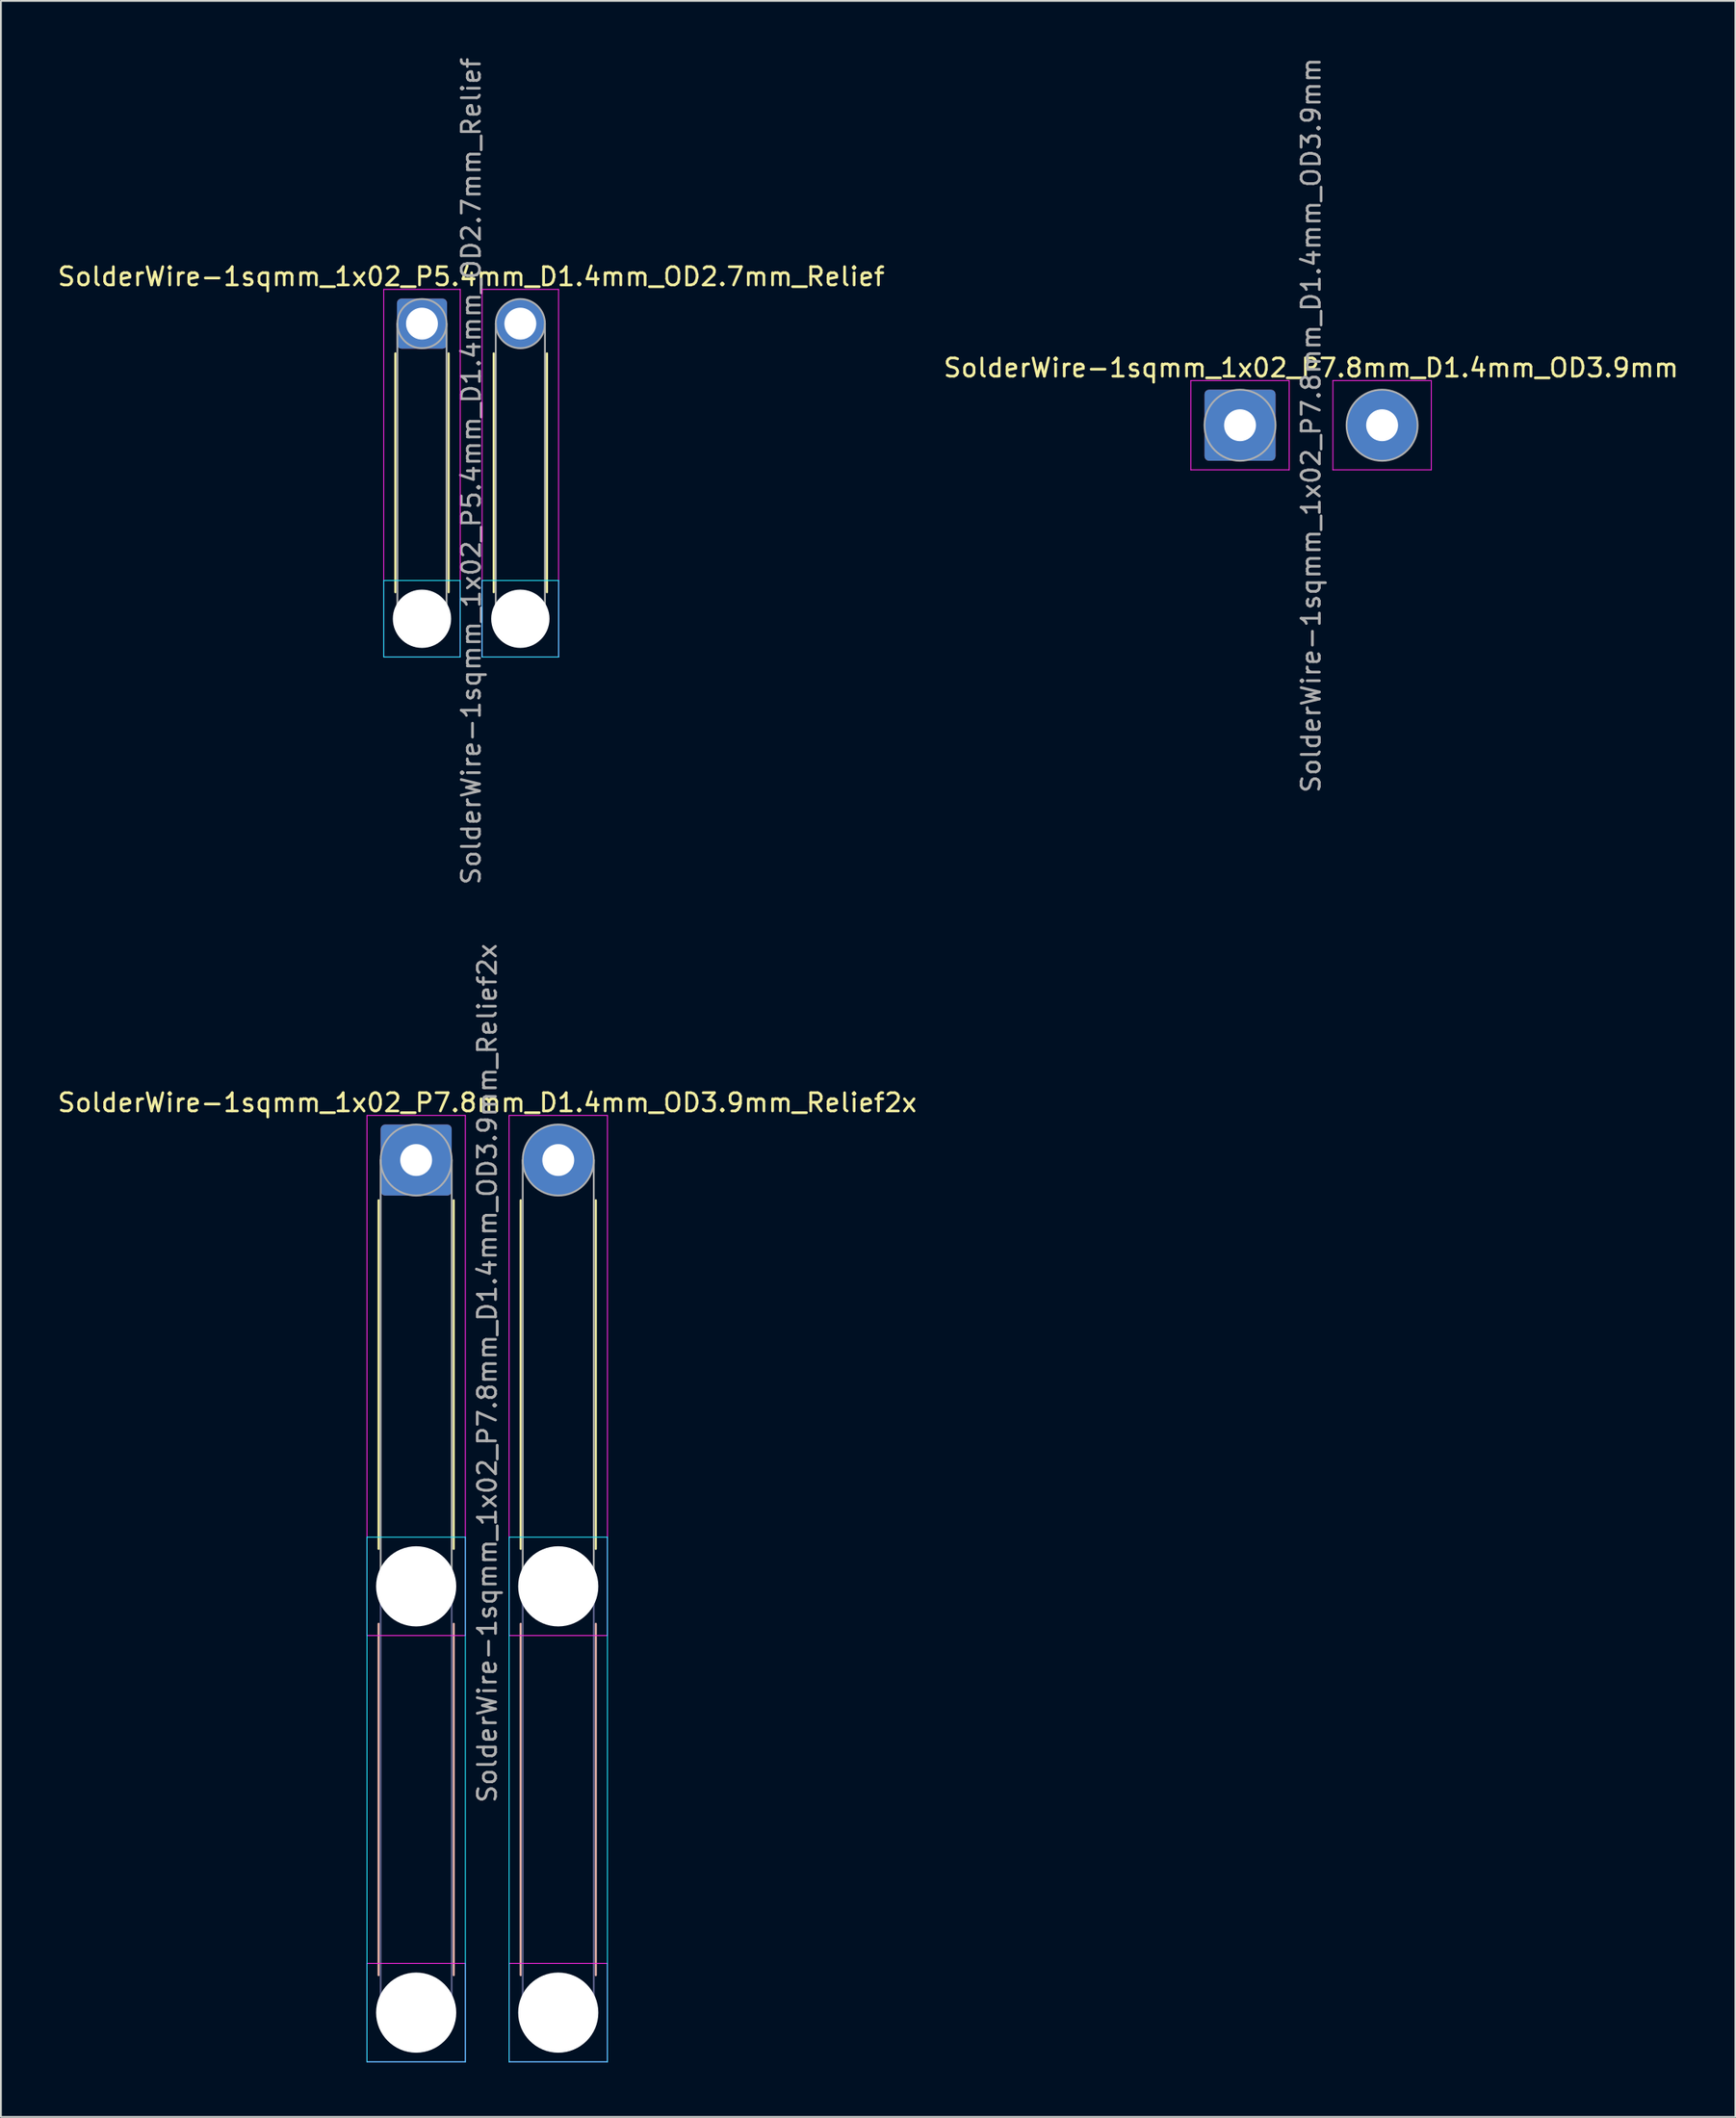
<source format=kicad_pcb>
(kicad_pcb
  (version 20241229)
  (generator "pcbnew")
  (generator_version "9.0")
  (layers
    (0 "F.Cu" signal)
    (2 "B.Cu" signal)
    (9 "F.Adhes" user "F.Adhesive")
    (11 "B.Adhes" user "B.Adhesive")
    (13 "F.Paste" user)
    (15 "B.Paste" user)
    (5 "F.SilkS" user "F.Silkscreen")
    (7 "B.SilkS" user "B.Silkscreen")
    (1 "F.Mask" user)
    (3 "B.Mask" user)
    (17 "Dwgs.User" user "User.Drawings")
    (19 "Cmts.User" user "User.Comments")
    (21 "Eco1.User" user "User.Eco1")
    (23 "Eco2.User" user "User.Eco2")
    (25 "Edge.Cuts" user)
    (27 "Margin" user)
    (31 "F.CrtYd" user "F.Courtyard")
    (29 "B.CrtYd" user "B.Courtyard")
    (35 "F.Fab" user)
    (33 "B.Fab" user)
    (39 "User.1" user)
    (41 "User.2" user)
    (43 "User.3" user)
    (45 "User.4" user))
  (footprint "SolderWire-1sqmm_1x02_P7.8mm_D1.4mm_OD3.9mm_Relief2x"
    (layer "F.Cu")
    (at 19.796 60.627)
    (property "Reference" "SolderWire-1sqmm_1x02_P7.8mm_D1.4mm_OD3.9mm_Relief2x" (at 3.9 -3.15 0) (layer "F.SilkS") (effects (font (size 1 1) (thickness 0.15))))
    (attr exclude_from_pos_files exclude_from_bom)
    (fp_line (start -2.06 2.21) (end -2.06 21.34) (stroke (width 0.12) (type solid)) (layer "F.SilkS"))
    (fp_line (start 2.06 2.21) (end 2.06 21.34) (stroke (width 0.12) (type solid)) (layer "F.SilkS"))
    (fp_line (start 5.74 2.21) (end 5.74 21.34) (stroke (width 0.12) (type solid)) (layer "F.SilkS"))
    (fp_line (start 9.86 2.21) (end 9.86 21.34) (stroke (width 0.12) (type solid)) (layer "F.SilkS"))
    (fp_line (start -2.06 25.46) (end -2.06 44.74) (stroke (width 0.12) (type solid)) (layer "B.SilkS"))
    (fp_line (start 2.06 25.46) (end 2.06 44.74) (stroke (width 0.12) (type solid)) (layer "B.SilkS"))
    (fp_line (start 5.74 25.46) (end 5.74 44.74) (stroke (width 0.12) (type solid)) (layer "B.SilkS"))
    (fp_line (start 9.86 25.46) (end 9.86 44.74) (stroke (width 0.12) (type solid)) (layer "B.SilkS"))
    (fp_line (start -2.7 20.7) (end -2.7 49.5) (stroke (width 0.05) (type solid)) (layer "B.CrtYd"))
    (fp_line (start -2.7 49.5) (end 2.7 49.5) (stroke (width 0.05) (type solid)) (layer "B.CrtYd"))
    (fp_line (start 2.7 20.7) (end -2.7 20.7) (stroke (width 0.05) (type solid)) (layer "B.CrtYd"))
    (fp_line (start 2.7 49.5) (end 2.7 20.7) (stroke (width 0.05) (type solid)) (layer "B.CrtYd"))
    (fp_line (start 5.1 20.7) (end 5.1 49.5) (stroke (width 0.05) (type solid)) (layer "B.CrtYd"))
    (fp_line (start 5.1 49.5) (end 10.5 49.5) (stroke (width 0.05) (type solid)) (layer "B.CrtYd"))
    (fp_line (start 10.5 20.7) (end 5.1 20.7) (stroke (width 0.05) (type solid)) (layer "B.CrtYd"))
    (fp_line (start 10.5 49.5) (end 10.5 20.7) (stroke (width 0.05) (type solid)) (layer "B.CrtYd"))
    (fp_line (start -2.7 -2.45) (end -2.7 26.1) (stroke (width 0.05) (type solid)) (layer "F.CrtYd"))
    (fp_line (start -2.7 26.1) (end 2.7 26.1) (stroke (width 0.05) (type solid)) (layer "F.CrtYd"))
    (fp_line (start -2.7 44.1) (end -2.7 49.5) (stroke (width 0.05) (type solid)) (layer "F.CrtYd"))
    (fp_line (start -2.7 49.5) (end 2.7 49.5) (stroke (width 0.05) (type solid)) (layer "F.CrtYd"))
    (fp_line (start 2.7 -2.45) (end -2.7 -2.45) (stroke (width 0.05) (type solid)) (layer "F.CrtYd"))
    (fp_line (start 2.7 26.1) (end 2.7 -2.45) (stroke (width 0.05) (type solid)) (layer "F.CrtYd"))
    (fp_line (start 2.7 44.1) (end -2.7 44.1) (stroke (width 0.05) (type solid)) (layer "F.CrtYd"))
    (fp_line (start 2.7 49.5) (end 2.7 44.1) (stroke (width 0.05) (type solid)) (layer "F.CrtYd"))
    (fp_line (start 5.1 -2.45) (end 5.1 26.1) (stroke (width 0.05) (type solid)) (layer "F.CrtYd"))
    (fp_line (start 5.1 26.1) (end 10.5 26.1) (stroke (width 0.05) (type solid)) (layer "F.CrtYd"))
    (fp_line (start 5.1 44.1) (end 5.1 49.5) (stroke (width 0.05) (type solid)) (layer "F.CrtYd"))
    (fp_line (start 5.1 49.5) (end 10.5 49.5) (stroke (width 0.05) (type solid)) (layer "F.CrtYd"))
    (fp_line (start 10.5 -2.45) (end 5.1 -2.45) (stroke (width 0.05) (type solid)) (layer "F.CrtYd"))
    (fp_line (start 10.5 26.1) (end 10.5 -2.45) (stroke (width 0.05) (type solid)) (layer "F.CrtYd"))
    (fp_line (start 10.5 44.1) (end 5.1 44.1) (stroke (width 0.05) (type solid)) (layer "F.CrtYd"))
    (fp_line (start 10.5 49.5) (end 10.5 44.1) (stroke (width 0.05) (type solid)) (layer "F.CrtYd"))
    (fp_line (start -1.95 23.4) (end -1.95 46.8) (stroke (width 0.1) (type solid)) (layer "B.Fab"))
    (fp_line (start 1.95 23.4) (end 1.95 46.8) (stroke (width 0.1) (type solid)) (layer "B.Fab"))
    (fp_line (start 5.85 23.4) (end 5.85 46.8) (stroke (width 0.1) (type solid)) (layer "B.Fab"))
    (fp_line (start 9.75 23.4) (end 9.75 46.8) (stroke (width 0.1) (type solid)) (layer "B.Fab"))
    (fp_circle (center 0 23.4) (end 1.95 23.4) (stroke (width 0.1) (type solid)) (fill no) (layer "B.Fab"))
    (fp_circle (center 0 46.8) (end 1.95 46.8) (stroke (width 0.1) (type solid)) (fill no) (layer "B.Fab"))
    (fp_circle (center 7.8 23.4) (end 9.75 23.4) (stroke (width 0.1) (type solid)) (fill no) (layer "B.Fab"))
    (fp_circle (center 7.8 46.8) (end 9.75 46.8) (stroke (width 0.1) (type solid)) (fill no) (layer "B.Fab"))
    (fp_line (start -1.95 0) (end -1.95 23.4) (stroke (width 0.1) (type solid)) (layer "F.Fab"))
    (fp_line (start 1.95 0) (end 1.95 23.4) (stroke (width 0.1) (type solid)) (layer "F.Fab"))
    (fp_line (start 5.85 0) (end 5.85 23.4) (stroke (width 0.1) (type solid)) (layer "F.Fab"))
    (fp_line (start 9.75 0) (end 9.75 23.4) (stroke (width 0.1) (type solid)) (layer "F.Fab"))
    (fp_circle (center 0 0) (end 1.95 0) (stroke (width 0.1) (type solid)) (fill no) (layer "F.Fab"))
    (fp_circle (center 0 23.4) (end 1.95 23.4) (stroke (width 0.1) (type solid)) (fill no) (layer "F.Fab"))
    (fp_circle (center 0 46.8) (end 1.95 46.8) (stroke (width 0.1) (type solid)) (fill no) (layer "F.Fab"))
    (fp_circle (center 7.8 0) (end 9.75 0) (stroke (width 0.1) (type solid)) (fill no) (layer "F.Fab"))
    (fp_circle (center 7.8 23.4) (end 9.75 23.4) (stroke (width 0.1) (type solid)) (fill no) (layer "F.Fab"))
    (fp_circle (center 7.8 46.8) (end 9.75 46.8) (stroke (width 0.1) (type solid)) (fill no) (layer "F.Fab"))
    (fp_text user "${REFERENCE}" (at 3.9 11.7 90) (layer "F.Fab") (effects (font (size 1 1) (thickness 0.15))))
    (pad "" np_thru_hole circle (at 0 23.4) (size 4.4 4.4) (drill 4.4) (layers "*.Cu" "*.Mask"))
    (pad "" np_thru_hole circle (at 0 46.8) (size 4.4 4.4) (drill 4.4) (layers "*.Cu" "*.Mask"))
    (pad "" np_thru_hole circle (at 7.8 23.4) (size 4.4 4.4) (drill 4.4) (layers "*.Cu" "*.Mask"))
    (pad "" np_thru_hole circle (at 7.8 46.8) (size 4.4 4.4) (drill 4.4) (layers "*.Cu" "*.Mask"))
    (pad "1" thru_hole roundrect (at 0 0) (size 3.9 3.9) (drill 1.75) (layers "*.Cu" "*.Mask") (roundrect_rratio 0.064))
    (pad "2" thru_hole circle (at 7.8 0) (size 3.9 3.9) (drill 1.75) (layers "*.Cu" "*.Mask")))
  (footprint "SolderWire-1sqmm_1x02_P5.4mm_D1.4mm_OD2.7mm_Relief"
    (layer "F.Cu")
    (at 20.115 14.715)
    (property "Reference" "SolderWire-1sqmm_1x02_P5.4mm_D1.4mm_OD2.7mm_Relief" (at 2.7 -2.58 0) (layer "F.SilkS") (effects (font (size 1 1) (thickness 0.15))))
    (attr exclude_from_pos_files exclude_from_bom)
    (fp_line (start -1.46 1.635) (end -1.46 14.74) (stroke (width 0.12) (type solid)) (layer "F.SilkS"))
    (fp_line (start 1.46 1.635) (end 1.46 14.74) (stroke (width 0.12) (type solid)) (layer "F.SilkS"))
    (fp_line (start 3.94 1.635) (end 3.94 14.74) (stroke (width 0.12) (type solid)) (layer "F.SilkS"))
    (fp_line (start 6.86 1.635) (end 6.86 14.74) (stroke (width 0.12) (type solid)) (layer "F.SilkS"))
    (fp_line (start -2.1 14.1) (end -2.1 18.3) (stroke (width 0.05) (type solid)) (layer "B.CrtYd"))
    (fp_line (start -2.1 18.3) (end 2.1 18.3) (stroke (width 0.05) (type solid)) (layer "B.CrtYd"))
    (fp_line (start 2.1 14.1) (end -2.1 14.1) (stroke (width 0.05) (type solid)) (layer "B.CrtYd"))
    (fp_line (start 2.1 18.3) (end 2.1 14.1) (stroke (width 0.05) (type solid)) (layer "B.CrtYd"))
    (fp_line (start 3.3 14.1) (end 3.3 18.3) (stroke (width 0.05) (type solid)) (layer "B.CrtYd"))
    (fp_line (start 3.3 18.3) (end 7.5 18.3) (stroke (width 0.05) (type solid)) (layer "B.CrtYd"))
    (fp_line (start 7.5 14.1) (end 3.3 14.1) (stroke (width 0.05) (type solid)) (layer "B.CrtYd"))
    (fp_line (start 7.5 18.3) (end 7.5 14.1) (stroke (width 0.05) (type solid)) (layer "B.CrtYd"))
    (fp_line (start -2.1 -1.88) (end -2.1 18.3) (stroke (width 0.05) (type solid)) (layer "F.CrtYd"))
    (fp_line (start -2.1 18.3) (end 2.1 18.3) (stroke (width 0.05) (type solid)) (layer "F.CrtYd"))
    (fp_line (start 2.1 -1.88) (end -2.1 -1.88) (stroke (width 0.05) (type solid)) (layer "F.CrtYd"))
    (fp_line (start 2.1 18.3) (end 2.1 -1.88) (stroke (width 0.05) (type solid)) (layer "F.CrtYd"))
    (fp_line (start 3.3 -1.88) (end 3.3 18.3) (stroke (width 0.05) (type solid)) (layer "F.CrtYd"))
    (fp_line (start 3.3 18.3) (end 7.5 18.3) (stroke (width 0.05) (type solid)) (layer "F.CrtYd"))
    (fp_line (start 7.5 -1.88) (end 3.3 -1.88) (stroke (width 0.05) (type solid)) (layer "F.CrtYd"))
    (fp_line (start 7.5 18.3) (end 7.5 -1.88) (stroke (width 0.05) (type solid)) (layer "F.CrtYd"))
    (fp_line (start -1.35 0) (end -1.35 16.2) (stroke (width 0.1) (type solid)) (layer "F.Fab"))
    (fp_line (start 1.35 0) (end 1.35 16.2) (stroke (width 0.1) (type solid)) (layer "F.Fab"))
    (fp_line (start 4.05 0) (end 4.05 16.2) (stroke (width 0.1) (type solid)) (layer "F.Fab"))
    (fp_line (start 6.75 0) (end 6.75 16.2) (stroke (width 0.1) (type solid)) (layer "F.Fab"))
    (fp_circle (center 0 0) (end 1.35 0) (stroke (width 0.1) (type solid)) (fill no) (layer "F.Fab"))
    (fp_circle (center 0 16.2) (end 1.35 16.2) (stroke (width 0.1) (type solid)) (fill no) (layer "F.Fab"))
    (fp_circle (center 5.4 0) (end 6.75 0) (stroke (width 0.1) (type solid)) (fill no) (layer "F.Fab"))
    (fp_circle (center 5.4 16.2) (end 6.75 16.2) (stroke (width 0.1) (type solid)) (fill no) (layer "F.Fab"))
    (fp_text user "${REFERENCE}" (at 2.7 8.1 90) (layer "F.Fab") (effects (font (size 1 1) (thickness 0.15))))
    (pad "" np_thru_hole circle (at 0 16.2) (size 3.2 3.2) (drill 3.2) (layers "*.Cu" "*.Mask"))
    (pad "" np_thru_hole circle (at 5.4 16.2) (size 3.2 3.2) (drill 3.2) (layers "*.Cu" "*.Mask"))
    (pad "1" thru_hole roundrect (at 0 0) (size 2.75 2.75) (drill 1.75) (layers "*.Cu" "*.Mask") (roundrect_rratio 0.091))
    (pad "2" thru_hole circle (at 5.4 0) (size 2.75 2.75) (drill 1.75) (layers "*.Cu" "*.Mask")))
  (footprint "SolderWire-1sqmm_1x02_P7.8mm_D1.4mm_OD3.9mm"
    (layer "F.Cu")
    (at 65.023 20.292)
    (property "Reference" "SolderWire-1sqmm_1x02_P7.8mm_D1.4mm_OD3.9mm" (at 3.9 -3.15 0) (layer "F.SilkS") (effects (font (size 1 1) (thickness 0.15))))
    (attr exclude_from_pos_files exclude_from_bom)
    (fp_line (start -2.7 -2.45) (end -2.7 2.45) (stroke (width 0.05) (type solid)) (layer "F.CrtYd"))
    (fp_line (start -2.7 2.45) (end 2.7 2.45) (stroke (width 0.05) (type solid)) (layer "F.CrtYd"))
    (fp_line (start 2.7 -2.45) (end -2.7 -2.45) (stroke (width 0.05) (type solid)) (layer "F.CrtYd"))
    (fp_line (start 2.7 2.45) (end 2.7 -2.45) (stroke (width 0.05) (type solid)) (layer "F.CrtYd"))
    (fp_line (start 5.1 -2.45) (end 5.1 2.45) (stroke (width 0.05) (type solid)) (layer "F.CrtYd"))
    (fp_line (start 5.1 2.45) (end 10.5 2.45) (stroke (width 0.05) (type solid)) (layer "F.CrtYd"))
    (fp_line (start 10.5 -2.45) (end 5.1 -2.45) (stroke (width 0.05) (type solid)) (layer "F.CrtYd"))
    (fp_line (start 10.5 2.45) (end 10.5 -2.45) (stroke (width 0.05) (type solid)) (layer "F.CrtYd"))
    (fp_circle (center 0 0) (end 1.95 0) (stroke (width 0.1) (type solid)) (fill no) (layer "F.Fab"))
    (fp_circle (center 7.8 0) (end 9.75 0) (stroke (width 0.1) (type solid)) (fill no) (layer "F.Fab"))
    (fp_text user "${REFERENCE}" (at 3.9 0 90) (layer "F.Fab") (effects (font (size 1 1) (thickness 0.15))))
    (pad "1" thru_hole roundrect (at 0 0) (size 3.9 3.9) (drill 1.75) (layers "*.Cu" "*.Mask") (roundrect_rratio 0.064))
    (pad "2" thru_hole circle (at 7.8 0) (size 3.9 3.9) (drill 1.75) (layers "*.Cu" "*.Mask")))
  (gr_rect
    (start -3 -3)
    (end 92.214 113.152)
    (stroke (width 0.1) (type default))
    (fill no)
    (layer "Edge.Cuts")))
</source>
